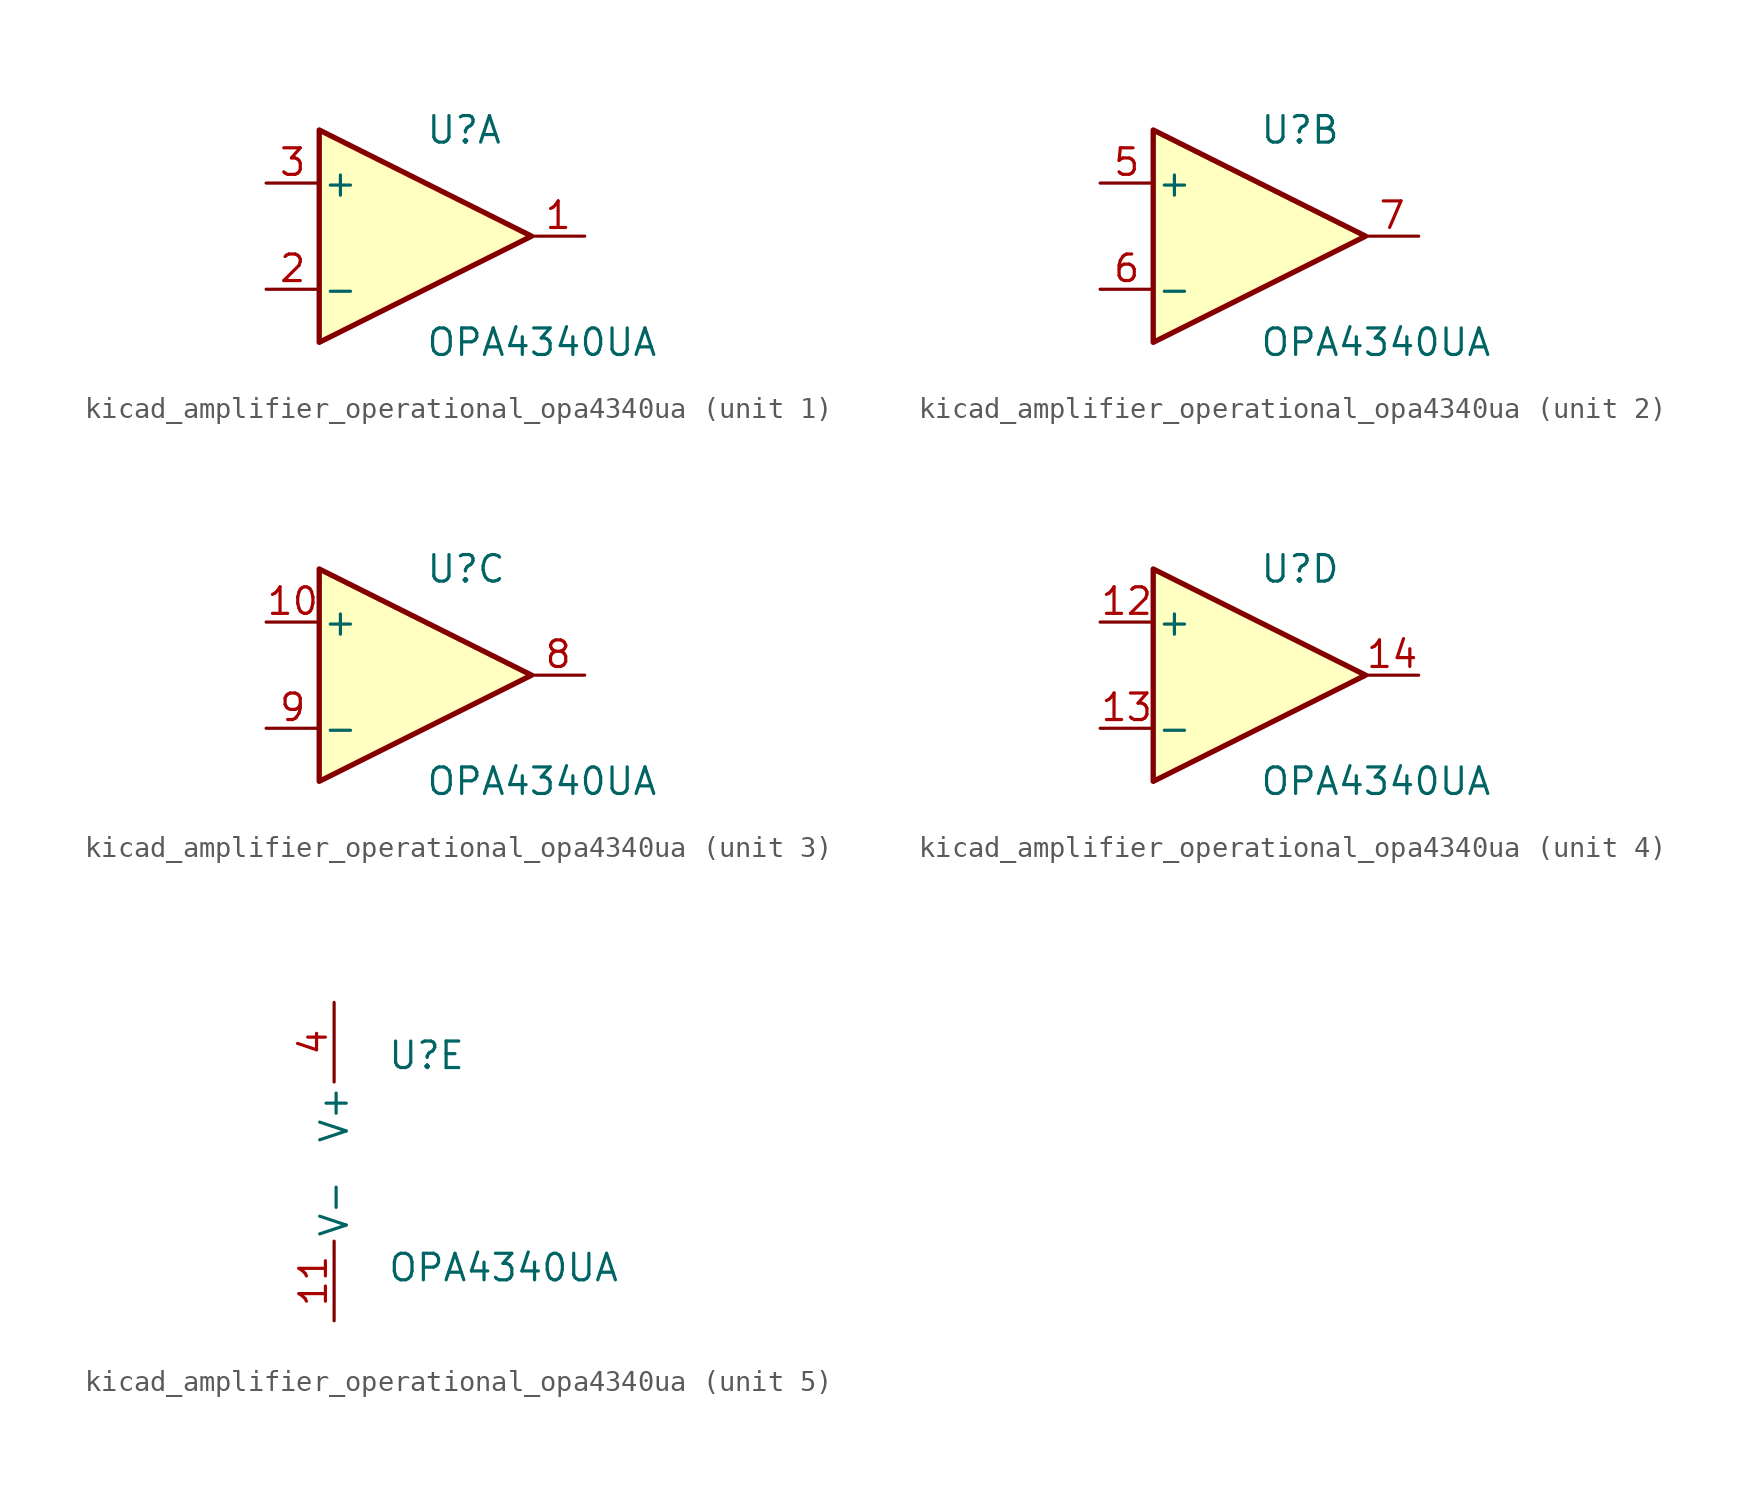
<source format=kicad_sym>
(kicad_symbol_lib
  (version 20220914)
  (generator kicad_symbol_editor)
  (symbol "kicad_amplifier_operational_opa4340ua"
    (pin_names
      (offset 0.127))
    (property "Reference" "U"
      (at 0 5.08 0)
      (effects (font (size 1.27 1.27)) (justify left)))
    (property "Value" "OPA4340UA"
      (at 0 -5.08 0)
      (effects (font (size 1.27 1.27)) (justify left)))
    (property "ki_locked" ""
      (at 0 0 0)
      (effects (font (size 1.27 1.27))))
    (symbol "kicad_amplifier_operational_opa4340ua_1_1"
      (polyline (pts (xy -5.08 5.08) (xy 5.08 0) (xy -5.08 -5.08) (xy -5.08 5.08)) (stroke (width 0.254) (type default)) (fill (type background)))
      (pin output line (at 7.62 0 180) (length 2.54) (name "~" (effects (font (size 1.27 1.27)))) (number "1" (effects (font (size 1.27 1.27)))))
      (pin input line (at -7.62 -2.54 0) (length 2.54) (name "-" (effects (font (size 1.27 1.27)))) (number "2" (effects (font (size 1.27 1.27)))))
      (pin input line (at -7.62 2.54 0) (length 2.54) (name "+" (effects (font (size 1.27 1.27)))) (number "3" (effects (font (size 1.27 1.27))))))
    (symbol "kicad_amplifier_operational_opa4340ua_2_1"
      (polyline (pts (xy -5.08 5.08) (xy 5.08 0) (xy -5.08 -5.08) (xy -5.08 5.08)) (stroke (width 0.254) (type default)) (fill (type background)))
      (pin input line (at -7.62 2.54 0) (length 2.54) (name "+" (effects (font (size 1.27 1.27)))) (number "5" (effects (font (size 1.27 1.27)))))
      (pin input line (at -7.62 -2.54 0) (length 2.54) (name "-" (effects (font (size 1.27 1.27)))) (number "6" (effects (font (size 1.27 1.27)))))
      (pin output line (at 7.62 0 180) (length 2.54) (name "~" (effects (font (size 1.27 1.27)))) (number "7" (effects (font (size 1.27 1.27))))))
    (symbol "kicad_amplifier_operational_opa4340ua_3_1"
      (polyline (pts (xy -5.08 5.08) (xy 5.08 0) (xy -5.08 -5.08) (xy -5.08 5.08)) (stroke (width 0.254) (type default)) (fill (type background)))
      (pin input line (at -7.62 2.54 0) (length 2.54) (name "+" (effects (font (size 1.27 1.27)))) (number "10" (effects (font (size 1.27 1.27)))))
      (pin output line (at 7.62 0 180) (length 2.54) (name "~" (effects (font (size 1.27 1.27)))) (number "8" (effects (font (size 1.27 1.27)))))
      (pin input line (at -7.62 -2.54 0) (length 2.54) (name "-" (effects (font (size 1.27 1.27)))) (number "9" (effects (font (size 1.27 1.27))))))
    (symbol "kicad_amplifier_operational_opa4340ua_4_1"
      (polyline (pts (xy -5.08 5.08) (xy 5.08 0) (xy -5.08 -5.08) (xy -5.08 5.08)) (stroke (width 0.254) (type default)) (fill (type background)))
      (pin input line (at -7.62 2.54 0) (length 2.54) (name "+" (effects (font (size 1.27 1.27)))) (number "12" (effects (font (size 1.27 1.27)))))
      (pin input line (at -7.62 -2.54 0) (length 2.54) (name "-" (effects (font (size 1.27 1.27)))) (number "13" (effects (font (size 1.27 1.27)))))
      (pin output line (at 7.62 0 180) (length 2.54) (name "~" (effects (font (size 1.27 1.27)))) (number "14" (effects (font (size 1.27 1.27))))))
    (symbol "kicad_amplifier_operational_opa4340ua_5_1"
      (pin power_in line (at -2.54 -7.62 90) (length 3.81) (name "V-" (effects (font (size 1.27 1.27)))) (number "11" (effects (font (size 1.27 1.27)))))
      (pin power_in line (at -2.54 7.62 270) (length 3.81) (name "V+" (effects (font (size 1.27 1.27)))) (number "4" (effects (font (size 1.27 1.27))))))))
</source>
